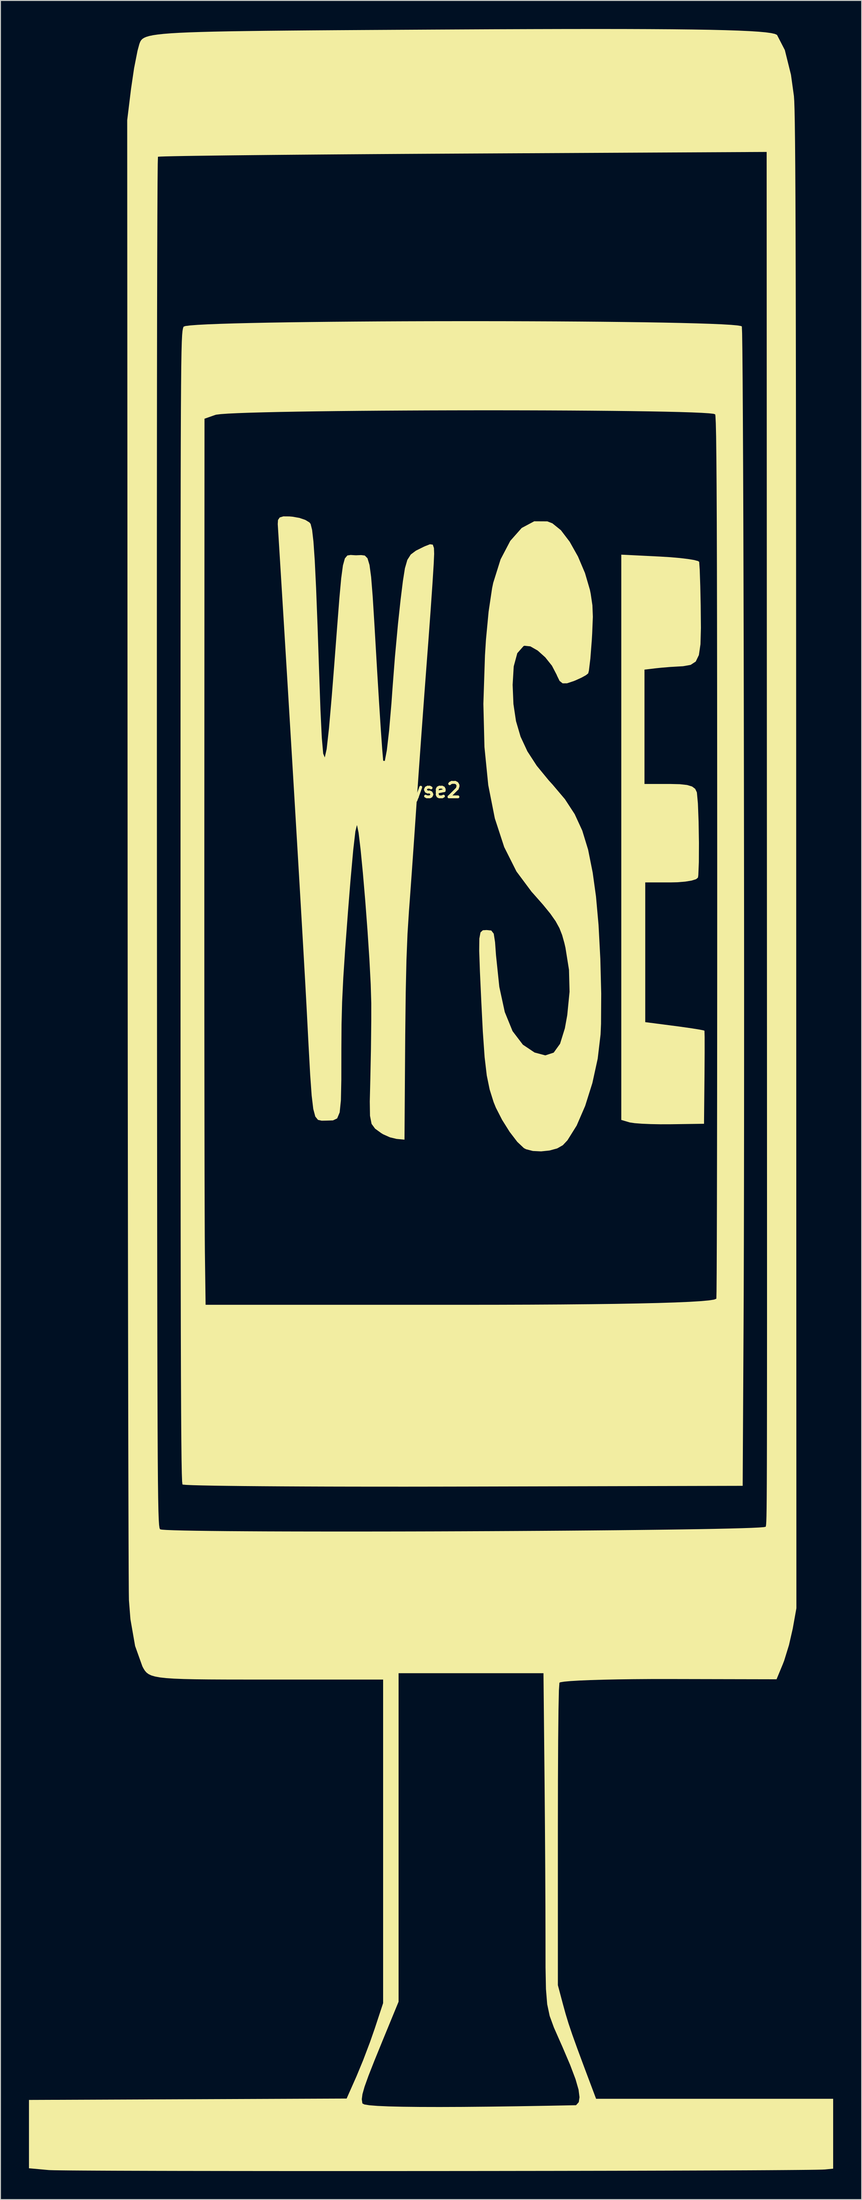
<source format=kicad_pcb>
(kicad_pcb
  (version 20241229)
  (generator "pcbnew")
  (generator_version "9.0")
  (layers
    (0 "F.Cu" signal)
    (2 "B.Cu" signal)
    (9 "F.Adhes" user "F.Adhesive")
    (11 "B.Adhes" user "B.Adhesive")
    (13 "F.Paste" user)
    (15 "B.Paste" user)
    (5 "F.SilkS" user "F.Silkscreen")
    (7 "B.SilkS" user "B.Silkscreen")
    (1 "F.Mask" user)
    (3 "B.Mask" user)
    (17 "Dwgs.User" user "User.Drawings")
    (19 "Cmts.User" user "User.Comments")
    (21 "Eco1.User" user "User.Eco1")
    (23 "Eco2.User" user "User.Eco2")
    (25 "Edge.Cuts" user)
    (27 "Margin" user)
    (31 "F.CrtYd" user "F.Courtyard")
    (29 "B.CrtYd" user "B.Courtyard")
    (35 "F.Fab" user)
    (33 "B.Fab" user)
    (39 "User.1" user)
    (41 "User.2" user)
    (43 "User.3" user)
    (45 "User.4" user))
  (footprint "Wyse2"
    (layer "F.Cu")
    (at 42.008 80.115)
    (property "Reference" "Wyse2" (at 0 0 0) (layer "F.SilkS") (effects (font (size 1.524 1.524) (thickness 0.3))))
    (attr board_only exclude_from_pos_files exclude_from_bom)
    (fp_poly (pts (xy 24.41 -24.597) (xy 25.526 -24.529) (xy 26.532 -24.441) (xy 27.383 -24.339) (xy 28.033 -24.231) (xy 28.438 -24.121) (xy 28.554 -24.038) (xy 28.61 -23.232) (xy 28.669 -21.489) (xy 28.712 -19.497) (xy 28.737 -17.085) (xy 28.69 -15.371) (xy 28.523 -14.232) (xy 28.192 -13.549) (xy 27.652 -13.197) (xy 26.857 -13.057) (xy 26.296 -13.025) (xy 25.493 -12.978) (xy 24.593 -12.903) (xy 23.975 -12.839) (xy 22.795 -12.7) (xy 22.795 -0.668) (xy 25.461 -0.668) (xy 26.513 -0.643) (xy 27.281 -0.558) (xy 27.807 -0.399) (xy 28.133 -0.153) (xy 28.301 0.194) (xy 28.316 0.259) (xy 28.42 1.395) (xy 28.493 3.31) (xy 28.529 5.526) (xy 28.52 7.561) (xy 28.462 8.938) (xy 28.427 9.184) (xy 28.231 9.353) (xy 27.765 9.498) (xy 27.087 9.61) (xy 26.254 9.677) (xy 25.59 9.692) (xy 22.876 9.692) (xy 22.876 24.397) (xy 25.97 24.798) (xy 26.937 24.928) (xy 27.786 25.051) (xy 28.465 25.159) (xy 28.923 25.244) (xy 29.11 25.297) (xy 29.111 25.299) (xy 29.128 25.963) (xy 29.129 27.621) (xy 29.114 29.933) (xy 29.111 30.246) (xy 29.063 35.092) (xy 25.563 35.142) (xy 24.467 35.145) (xy 23.428 35.125) (xy 22.508 35.086) (xy 21.771 35.029) (xy 21.281 34.958) (xy 21.207 34.94) (xy 20.353 34.688) (xy 20.353 -24.797)) (stroke (width 0) (type solid)) (fill yes) (layer "F.SilkS"))
    (fp_poly (pts (xy 12.564 -28.301) (xy 13.102 -28.092) (xy 13.996 -27.37) (xy 14.921 -26.155) (xy 15.794 -24.601) (xy 16.531 -22.863) (xy 17.05 -21.095) (xy 17.134 -20.675) (xy 17.313 -19.467) (xy 17.36 -18.256) (xy 17.289 -16.493) (xy 17.246 -15.772) (xy 17.098 -13.864) (xy 16.941 -12.58) (xy 16.87 -12.304) (xy 16.632 -12.113) (xy 16.159 -11.853) (xy 15.541 -11.572) (xy 15.342 -11.491) (xy 14.643 -11.26) (xy 14.178 -11.255) (xy 13.855 -11.511) (xy 13.586 -12.061) (xy 13.551 -12.154) (xy 13.053 -13.109) (xy 12.347 -13.993) (xy 11.551 -14.706) (xy 10.781 -15.146) (xy 10.156 -15.212) (xy 10.058 -15.171) (xy 9.404 -14.427) (xy 9.028 -13.039) (xy 8.914 -11.099) (xy 8.998 -9.076) (xy 9.268 -7.28) (xy 9.749 -5.642) (xy 10.468 -4.099) (xy 11.452 -2.584) (xy 12.727 -1.031) (xy 13.119 -0.602) (xy 14.421 0.936) (xy 15.447 2.508) (xy 16.244 4.236) (xy 16.86 6.246) (xy 17.342 8.659) (xy 17.69 11.174) (xy 17.958 14.166) (xy 18.147 17.747) (xy 18.24 21.393) (xy 18.22 24.581) (xy 18.171 25.697) (xy 17.87 28.239) (xy 17.309 30.804) (xy 16.55 33.213) (xy 15.655 35.282) (xy 14.686 36.83) (xy 14.198 37.348) (xy 13.603 37.686) (xy 12.801 37.905) (xy 11.909 37.998) (xy 11.044 37.956) (xy 10.323 37.77) (xy 10.095 37.649) (xy 9.402 36.994) (xy 8.597 35.942) (xy 7.805 34.68) (xy 7.148 33.397) (xy 6.911 32.812) (xy 6.494 31.485) (xy 6.191 30.01) (xy 5.964 28.08) (xy 5.775 25.386) (xy 5.619 22.313) (xy 5.469 19.057) (xy 5.394 16.894) (xy 5.409 15.601) (xy 5.53 14.953) (xy 5.775 14.729) (xy 6.159 14.705) (xy 6.181 14.705) (xy 6.664 14.755) (xy 6.924 15.087) (xy 7.063 15.979) (xy 7.162 17.349) (xy 7.511 20.684) (xy 8.086 23.333) (xy 8.907 25.345) (xy 9.992 26.769) (xy 11.222 27.593) (xy 12.356 27.895) (xy 13.237 27.605) (xy 13.908 26.673) (xy 14.413 25.047) (xy 14.664 23.663) (xy 14.907 21.197) (xy 14.847 18.892) (xy 14.475 16.564) (xy 14.358 16.062) (xy 14.127 15.238) (xy 13.838 14.501) (xy 13.439 13.775) (xy 12.882 12.981) (xy 12.115 12.041) (xy 11.09 10.878) (xy 10.909 10.678) (xy 9.315 8.539) (xy 8.026 5.974) (xy 7.039 2.954) (xy 6.347 -0.546) (xy 5.947 -4.554) (xy 5.833 -9.097) (xy 6.001 -14.202) (xy 6.106 -15.86) (xy 6.385 -18.804) (xy 6.752 -21.269) (xy 6.87 -21.833) (xy 7.646 -24.304) (xy 8.665 -26.248) (xy 9.866 -27.604) (xy 11.186 -28.309)) (stroke (width 0) (type solid)) (fill yes) (layer "F.SilkS"))
    (fp_poly (pts (xy -14.59 -28.821) (xy -14.25 -28.791) (xy -13.529 -28.662) (xy -12.912 -28.452) (xy -12.485 -28.193) (xy -12.354 -28.029) (xy -12.199 -27.407) (xy -12.057 -26.169) (xy -11.919 -24.169) (xy -11.778 -21.26) (xy -11.625 -17.296) (xy -11.469 -12.7) (xy -11.32 -8.48) (xy -11.178 -5.53) (xy -11.031 -3.855) (xy -10.864 -3.458) (xy -10.666 -4.342) (xy -10.423 -6.512) (xy -10.122 -9.972) (xy -9.87 -13.164) (xy -9.558 -17.256) (xy -9.323 -20.259) (xy -9.132 -22.339) (xy -8.953 -23.663) (xy -8.75 -24.398) (xy -8.491 -24.71) (xy -8.142 -24.766) (xy -7.671 -24.734) (xy -7.547 -24.732) (xy -7.032 -24.753) (xy -6.649 -24.704) (xy -6.367 -24.417) (xy -6.156 -23.72) (xy -5.984 -22.445) (xy -5.822 -20.423) (xy -5.639 -17.485) (xy -5.404 -13.46) (xy -5.352 -12.574) (xy -5.151 -9.279) (xy -4.968 -6.448) (xy -4.819 -4.339) (xy -4.723 -3.207) (xy -4.708 -3.104) (xy -4.544 -3.092) (xy -4.331 -4.212) (xy -4.091 -6.292) (xy -3.845 -9.158) (xy -3.729 -10.794) (xy -3.479 -14.031) (xy -3.157 -17.509) (xy -2.882 -20.052) (xy -2.64 -22.014) (xy -2.427 -23.362) (xy -2.173 -24.245) (xy -1.811 -24.813) (xy -1.273 -25.216) (xy -0.491 -25.604) (xy -0.331 -25.679) (xy 0.213 -25.892) (xy 0.509 -25.849) (xy 0.63 -25.489) (xy 0.651 -24.886) (xy 0.604 -23.824) (xy 0.474 -21.755) (xy 0.279 -18.941) (xy 0.038 -15.648) (xy -0.063 -14.326) (xy -0.369 -10.263) (xy -0.686 -5.947) (xy -0.978 -1.872) (xy -1.208 1.463) (xy -1.222 1.671) (xy -1.455 5.09) (xy -1.701 8.595) (xy -1.92 11.625) (xy -2.001 12.7) (xy -2.155 15.108) (xy -2.266 17.878) (xy -2.343 21.311) (xy -2.394 25.707) (xy -2.403 26.904) (xy -2.472 36.763) (xy -3.312 36.685) (xy -4.006 36.517) (xy -4.731 36.193) (xy -4.942 36.062) (xy -5.57 35.605) (xy -5.937 35.103) (xy -6.103 34.252) (xy -6.126 32.747) (xy -6.066 30.286) (xy -6.066 30.266) (xy -6.004 27.297) (xy -5.97 24.281) (xy -5.969 22.392) (xy -6.029 20.386) (xy -6.169 17.743) (xy -6.368 14.734) (xy -6.602 11.632) (xy -6.852 8.705) (xy -7.093 6.225) (xy -7.305 4.463) (xy -7.466 3.69) (xy -7.484 3.676) (xy -7.642 4.322) (xy -7.867 6.261) (xy -8.159 9.5) (xy -8.416 12.7) (xy -8.714 16.668) (xy -8.916 19.741) (xy -9.039 22.276) (xy -9.1 24.631) (xy -9.117 27.163) (xy -9.117 27.183) (xy -9.122 30.452) (xy -9.166 32.612) (xy -9.296 33.894) (xy -9.559 34.526) (xy -10.002 34.738) (xy -10.662 34.758) (xy -11.188 34.768) (xy -11.578 34.683) (xy -11.864 34.329) (xy -12.076 33.533) (xy -12.245 32.122) (xy -12.402 29.924) (xy -12.576 26.764) (xy -12.786 22.726) (xy -12.926 20.168) (xy -13.135 16.508) (xy -13.4 11.94) (xy -13.712 6.656) (xy -14.057 0.851) (xy -14.425 -5.281) (xy -14.804 -11.548) (xy -15.183 -17.755) (xy -15.549 -23.71) (xy -15.816 -28.014) (xy -15.789 -28.448) (xy -15.61 -28.71) (xy -15.227 -28.826)) (stroke (width 0) (type solid)) (fill yes) (layer "F.SilkS"))
    (fp_poly (pts (xy 8.169 -49.365) (xy 10.806 -49.356) (xy 13.39 -49.344) (xy 15.901 -49.327) (xy 18.318 -49.306) (xy 20.621 -49.28) (xy 22.792 -49.251) (xy 24.809 -49.217) (xy 26.653 -49.178) (xy 28.303 -49.135) (xy 29.741 -49.088) (xy 30.946 -49.037) (xy 31.897 -48.981) (xy 32.576 -48.92) (xy 32.962 -48.856) (xy 33.046 -48.812) (xy 33.075 -48.089) (xy 33.103 -46.148) (xy 33.13 -43.11) (xy 33.155 -39.094) (xy 33.179 -34.22) (xy 33.201 -28.607) (xy 33.22 -22.375) (xy 33.238 -15.644) (xy 33.253 -8.534) (xy 33.265 -1.163) (xy 33.274 6.348) (xy 33.281 13.879) (xy 33.284 21.312) (xy 33.283 28.526) (xy 33.279 35.401) (xy 33.271 41.819) (xy 33.259 47.659) (xy 33.242 52.801) (xy 33.227 56.147) (xy 33.134 73.192) (xy 3.745 73.27) (xy 0.674 73.276) (xy -2.311 73.28) (xy -5.192 73.279) (xy -7.954 73.276) (xy -10.58 73.27) (xy -13.055 73.26) (xy -15.361 73.248) (xy -17.482 73.233) (xy -19.401 73.216) (xy -21.103 73.196) (xy -22.572 73.174) (xy -23.79 73.15) (xy -24.741 73.124) (xy -25.409 73.096) (xy -25.777 73.066) (xy -25.848 73.047) (xy -25.884 72.74) (xy -25.916 71.885) (xy -25.944 70.416) (xy -25.968 68.262) (xy -25.989 65.356) (xy -26.006 61.629) (xy -26.02 57.012) (xy -26.031 51.438) (xy -26.039 44.837) (xy -26.045 37.141) (xy -26.049 28.281) (xy -26.051 18.189) (xy -26.051 12.334) (xy -26.051 9.479) (xy -23.546 9.479) (xy -23.545 16.697) (xy -23.543 23.522) (xy -23.537 29.82) (xy -23.53 35.454) (xy -23.522 40.29) (xy -23.511 44.192) (xy -23.499 47.025) (xy -23.486 48.628) (xy -23.412 54.142) (xy 3.427 54.142) (xy 7.237 54.138) (xy 10.772 54.126) (xy 14.029 54.107) (xy 17.003 54.079) (xy 19.69 54.045) (xy 22.087 54.002) (xy 24.187 53.953) (xy 25.989 53.896) (xy 27.486 53.832) (xy 28.676 53.76) (xy 29.553 53.682) (xy 30.114 53.597) (xy 30.355 53.506) (xy 30.364 53.487) (xy 30.38 52.724) (xy 30.396 50.735) (xy 30.41 47.629) (xy 30.422 43.516) (xy 30.432 38.506) (xy 30.441 32.71) (xy 30.447 26.236) (xy 30.451 19.196) (xy 30.452 11.699) (xy 30.452 6.896) (xy 30.448 -2.505) (xy 30.442 -10.644) (xy 30.434 -17.597) (xy 30.422 -23.439) (xy 30.407 -28.246) (xy 30.387 -32.093) (xy 30.364 -35.056) (xy 30.337 -37.209) (xy 30.304 -38.629) (xy 30.266 -39.39) (xy 30.241 -39.563) (xy 30.059 -39.621) (xy 29.572 -39.673) (xy 28.802 -39.722) (xy 27.769 -39.767) (xy 26.495 -39.807) (xy 25.001 -39.843) (xy 23.307 -39.875) (xy 21.434 -39.903) (xy 19.405 -39.927) (xy 17.239 -39.947) (xy 14.959 -39.963) (xy 12.584 -39.975) (xy 10.136 -39.983) (xy 7.635 -39.987) (xy 5.104 -39.987) (xy 2.563 -39.983) (xy 0.033 -39.975) (xy -2.464 -39.963) (xy -4.909 -39.948) (xy -7.279 -39.929) (xy -9.554 -39.906) (xy -11.713 -39.879) (xy -13.734 -39.848) (xy -15.597 -39.814) (xy -17.28 -39.776) (xy -18.763 -39.735) (xy -20.024 -39.689) (xy -21.043 -39.641) (xy -21.798 -39.588) (xy -22.268 -39.532) (xy -22.388 -39.504) (xy -23.528 -39.103) (xy -23.544 2.005) (xy -23.546 9.479) (xy -26.051 9.479) (xy -26.051 1.98) (xy -26.05 -7.12) (xy -26.049 -15.046) (xy -26.046 -21.882) (xy -26.041 -27.71) (xy -26.034 -32.612) (xy -26.024 -36.67) (xy -26.011 -39.965) (xy -25.994 -42.581) (xy -25.974 -44.6) (xy -25.949 -46.103) (xy -25.919 -47.172) (xy -25.884 -47.89) (xy -25.843 -48.339) (xy -25.795 -48.601) (xy -25.742 -48.759) (xy -25.729 -48.788) (xy -25.537 -48.856) (xy -25.041 -48.919) (xy -24.259 -48.979) (xy -23.211 -49.034) (xy -21.918 -49.085) (xy -20.399 -49.132) (xy -18.675 -49.174) (xy -16.765 -49.213) (xy -14.688 -49.247) (xy -12.466 -49.277) (xy -10.118 -49.303) (xy -7.664 -49.324) (xy -5.124 -49.342) (xy -2.518 -49.355) (xy 0.134 -49.364) (xy 2.813 -49.368) (xy 5.497 -49.369)) (stroke (width 0) (type solid)) (fill yes) (layer "F.SilkS"))
    (fp_poly (pts (xy 20.641 -80.112) (xy 23.284 -80.101) (xy 25.659 -80.085) (xy 27.774 -80.061) (xy 29.64 -80.03) (xy 31.266 -79.991) (xy 32.662 -79.945) (xy 33.836 -79.892) (xy 34.8 -79.83) (xy 35.561 -79.761) (xy 36.13 -79.683) (xy 36.516 -79.597) (xy 36.729 -79.503) (xy 36.755 -79.479) (xy 37.572 -77.898) (xy 38.219 -75.295) (xy 38.529 -73.052) (xy 38.564 -72.519) (xy 38.595 -71.581) (xy 38.622 -70.171) (xy 38.647 -68.222) (xy 38.669 -65.669) (xy 38.688 -62.443) (xy 38.704 -58.48) (xy 38.718 -53.711) (xy 38.73 -48.071) (xy 38.741 -41.493) (xy 38.749 -33.91) (xy 38.756 -25.255) (xy 38.761 -15.463) (xy 38.766 -4.466) (xy 38.769 7.583) (xy 38.789 86.073) (xy 38.404 88.22) (xy 38.01 89.942) (xy 37.503 91.585) (xy 37.359 91.958) (xy 36.7 93.549) (xy 25.352 93.523) (xy 23.457 93.525) (xy 21.656 93.538) (xy 19.977 93.561) (xy 18.445 93.593) (xy 17.088 93.634) (xy 15.931 93.682) (xy 15.003 93.738) (xy 14.328 93.799) (xy 13.934 93.864) (xy 13.84 93.912) (xy 13.785 94.716) (xy 13.741 96.76) (xy 13.707 99.951) (xy 13.685 104.191) (xy 13.677 109.387) (xy 13.677 110.032) (xy 13.677 125.739) (xy 14.206 127.727) (xy 14.493 128.768) (xy 14.802 129.781) (xy 15.191 130.935) (xy 15.718 132.399) (xy 16.439 134.342) (xy 16.787 135.269) (xy 17.7 137.695) (xy 42.659 137.695) (xy 42.659 145.047) (xy 41.804 145.133) (xy 41.5 145.147) (xy 40.887 145.161) (xy 39.984 145.174) (xy 38.807 145.186) (xy 37.374 145.198) (xy 35.702 145.21) (xy 33.809 145.221) (xy 31.711 145.231) (xy 29.427 145.24) (xy 26.974 145.249) (xy 24.368 145.257) (xy 21.628 145.265) (xy 18.771 145.272) (xy 15.813 145.278) (xy 12.774 145.284) (xy 9.669 145.288) (xy 6.516 145.293) (xy 3.333 145.296) (xy 0.137 145.299) (xy -3.055 145.3) (xy -6.225 145.301) (xy -9.356 145.302) (xy -12.43 145.301) (xy -15.431 145.3) (xy -18.341 145.297) (xy -21.142 145.294) (xy -23.817 145.29) (xy -26.349 145.286) (xy -28.72 145.28) (xy -30.914 145.273) (xy -32.912 145.266) (xy -34.697 145.257) (xy -36.252 145.248) (xy -37.56 145.238) (xy -38.603 145.226) (xy -39.364 145.214) (xy -39.825 145.201) (xy -39.932 145.195) (xy -42.008 145.007) (xy -42.008 137.815) (xy -24.575 137.739) (xy -6.967 137.739) (xy -6.915 138.12) (xy -6.89 138.196) (xy -6.688 138.294) (xy -6.164 138.377) (xy -5.317 138.444) (xy -4.151 138.496) (xy -2.667 138.532) (xy -0.868 138.553) (xy 1.245 138.559) (xy 3.669 138.549) (xy 6.403 138.523) (xy 9.445 138.482) (xy 12.792 138.425) (xy 15.59 138.371) (xy 15.875 138.051) (xy 15.955 137.528) (xy 15.854 136.736) (xy 15.536 135.632) (xy 14.975 134.146) (xy 14.147 132.205) (xy 13.921 131.698) (xy 13.255 130.186) (xy 12.814 128.978) (xy 12.552 127.743) (xy 12.422 126.15) (xy 12.378 123.869) (xy 12.374 120.714) (xy 12.366 117.518) (xy 12.346 113.451) (xy 12.315 108.98) (xy 12.278 104.569) (xy 12.267 103.438) (xy 12.161 92.911) (xy -3.094 92.911) (xy -3.094 127.479) (xy -4.763 131.536) (xy -5.64 133.688) (xy -6.267 135.283) (xy -6.676 136.422) (xy -6.898 137.207) (xy -6.967 137.739) (xy -24.575 137.739) (xy -8.564 137.669) (xy -7.527 135.331) (xy -6.833 133.655) (xy -6.097 131.716) (xy -5.606 130.309) (xy -4.722 127.626) (xy -4.722 93.579) (xy -17.045 93.579) (xy -19.34 93.578) (xy -21.333 93.575) (xy -23.046 93.566) (xy -24.502 93.549) (xy -25.724 93.522) (xy -26.734 93.482) (xy -27.556 93.427) (xy -28.212 93.354) (xy -28.725 93.261) (xy -29.119 93.146) (xy -29.416 93.006) (xy -29.638 92.838) (xy -29.809 92.64) (xy -29.952 92.41) (xy -30.069 92.185) (xy -30.834 90.045) (xy -31.325 87.232) (xy -31.484 85.224) (xy -31.497 84.303) (xy -31.51 82.133) (xy -31.524 78.798) (xy -31.537 74.385) (xy -31.551 68.981) (xy -31.563 62.672) (xy -31.576 55.545) (xy -31.587 47.685) (xy -31.597 39.179) (xy -31.607 30.114) (xy -31.615 20.576) (xy -31.622 10.651) (xy -31.624 6.35) (xy -31.636 -15.983) (xy -28.542 -15.983) (xy -28.541 -4.806) (xy -28.537 7.348) (xy -28.53 19.502) (xy -28.524 29.649) (xy -28.517 38.542) (xy -28.51 46.264) (xy -28.501 52.898) (xy -28.492 58.527) (xy -28.48 63.233) (xy -28.466 67.099) (xy -28.45 70.209) (xy -28.43 72.645) (xy -28.406 74.491) (xy -28.378 75.828) (xy -28.346 76.74) (xy -28.308 77.31) (xy -28.265 77.62) (xy -28.216 77.754) (xy -28.209 77.764) (xy -28.015 77.803) (xy -27.515 77.837) (xy -26.73 77.868) (xy -25.678 77.896) (xy -24.378 77.92) (xy -22.849 77.941) (xy -21.11 77.959) (xy -19.18 77.973) (xy -17.078 77.985) (xy -14.824 77.993) (xy -12.436 77.998) (xy -9.934 78.001) (xy -7.336 78.001) (xy -4.661 77.998) (xy -1.929 77.993) (xy 0.841 77.985) (xy 3.631 77.974) (xy 6.421 77.961) (xy 9.192 77.946) (xy 11.926 77.929) (xy 14.602 77.91) (xy 17.203 77.888) (xy 19.709 77.865) (xy 22.1 77.839) (xy 24.359 77.812) (xy 26.466 77.783) (xy 28.401 77.753) (xy 30.146 77.721) (xy 31.682 77.687) (xy 32.99 77.652) (xy 34.05 77.616) (xy 34.844 77.578) (xy 35.352 77.54) (xy 35.556 77.5) (xy 35.559 77.496) (xy 35.583 77.387) (xy 35.604 77.218) (xy 35.622 76.914) (xy 35.638 76.401) (xy 35.652 75.603) (xy 35.664 74.447) (xy 35.674 72.859) (xy 35.682 70.763) (xy 35.688 68.086) (xy 35.692 64.753) (xy 35.695 60.69) (xy 35.697 55.823) (xy 35.697 50.076) (xy 35.696 43.376) (xy 35.694 35.649) (xy 35.692 26.819) (xy 35.688 16.813) (xy 35.684 5.557) (xy 35.683 3.676) (xy 35.658 -67.176) (xy 3.635 -67.004) (xy 0.431 -66.986) (xy -2.686 -66.967) (xy -5.7 -66.947) (xy -8.595 -66.926) (xy -11.356 -66.904) (xy -13.967 -66.882) (xy -16.413 -66.86) (xy -18.678 -66.837) (xy -20.746 -66.815) (xy -22.602 -66.792) (xy -24.231 -66.77) (xy -25.616 -66.749) (xy -26.742 -66.728) (xy -27.594 -66.708) (xy -28.156 -66.689) (xy -28.413 -66.671) (xy -28.428 -66.666) (xy -28.451 -65.902) (xy -28.472 -63.838) (xy -28.49 -60.508) (xy -28.506 -55.95) (xy -28.519 -50.199) (xy -28.529 -43.29) (xy -28.536 -35.261) (xy -28.541 -26.147) (xy -28.542 -15.983) (xy -31.636 -15.983) (xy -31.666 -70.518) (xy -31.26 -73.826) (xy -30.941 -75.989) (xy -30.578 -77.83) (xy -30.395 -78.505) (xy -30.339 -78.665) (xy -30.274 -78.812) (xy -30.186 -78.947) (xy -30.063 -79.071) (xy -29.891 -79.183) (xy -29.656 -79.285) (xy -29.345 -79.377) (xy -28.945 -79.46) (xy -28.442 -79.534) (xy -27.823 -79.601) (xy -27.074 -79.66) (xy -26.183 -79.713) (xy -25.135 -79.759) (xy -23.918 -79.8) (xy -22.517 -79.837) (xy -20.92 -79.869) (xy -19.113 -79.897) (xy -17.083 -79.923) (xy -14.816 -79.946) (xy -12.3 -79.968) (xy -9.519 -79.989) (xy -6.462 -80.009) (xy -3.115 -80.029) (xy 0.536 -80.051) (xy 3.065 -80.065) (xy 7.193 -80.087) (xy 11.006 -80.102) (xy 14.511 -80.112) (xy 17.72 -80.115)) (stroke (width 0) (type solid)) (fill yes) (layer "F.SilkS")))
  (gr_rect
    (start -3 -3)
    (end 87.667 228.417)
    (stroke (width 0.1) (type default))
    (fill no)
    (layer "Edge.Cuts")))
</source>
